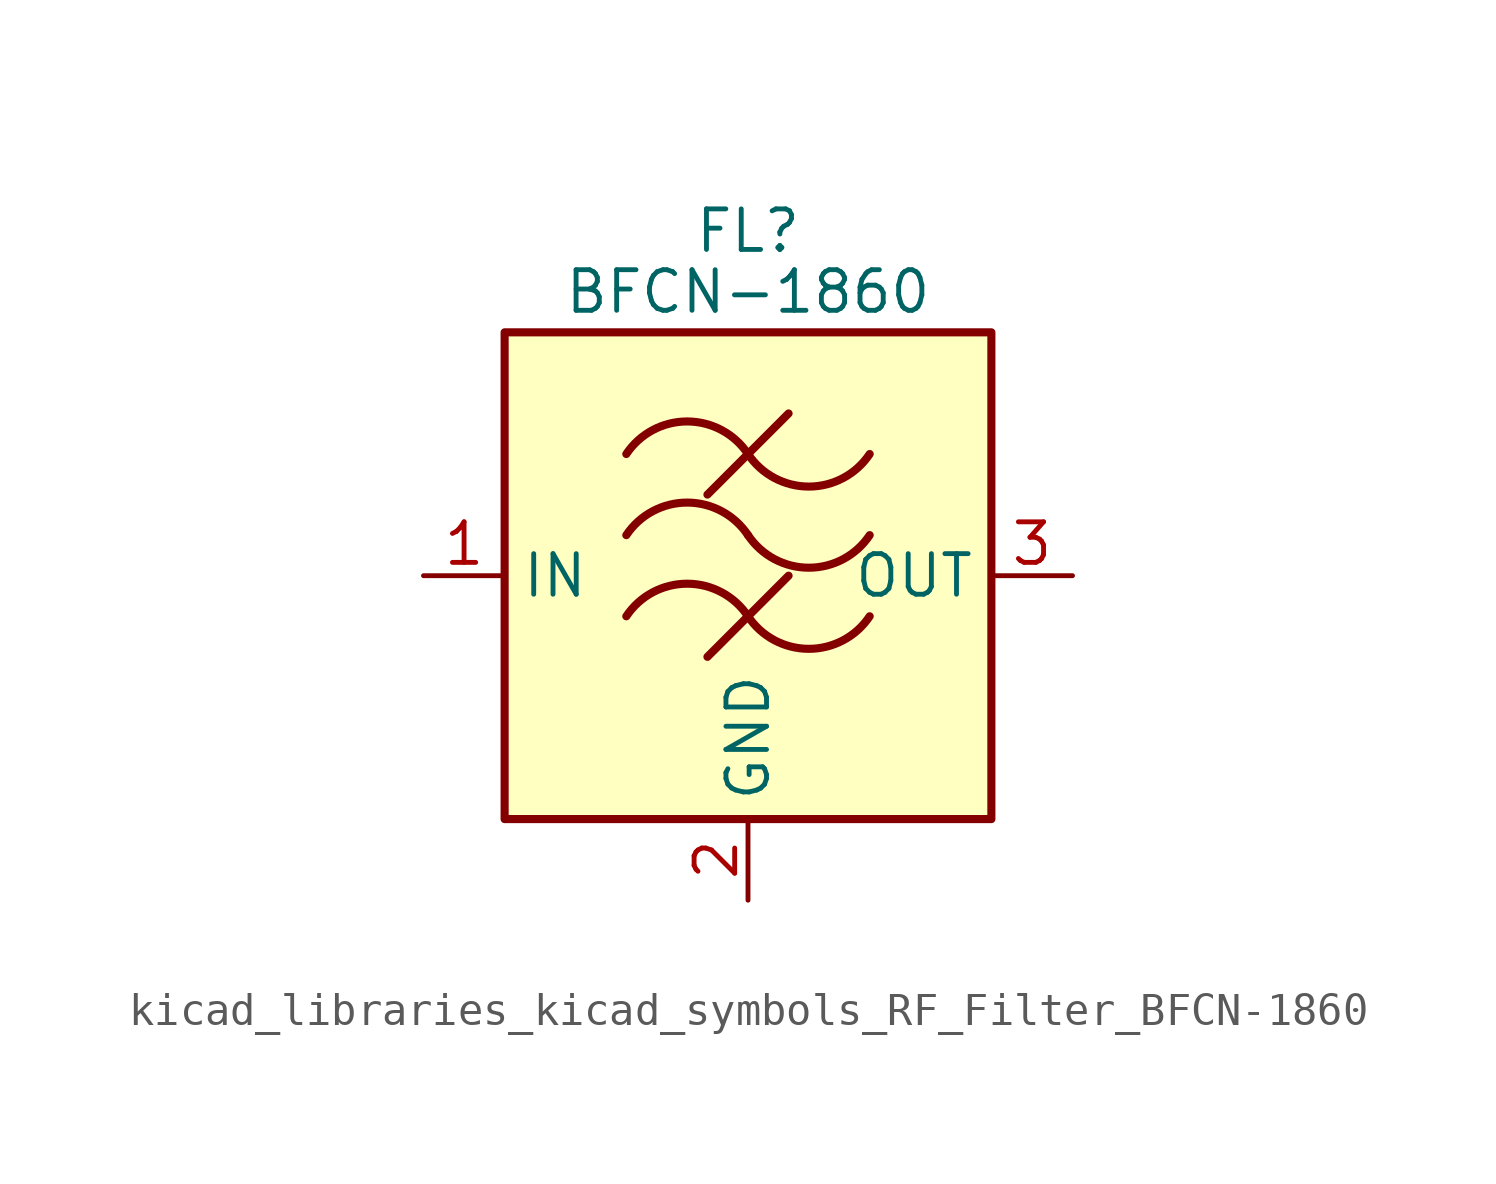
<source format=kicad_sym>
(kicad_symbol_lib
  (version 20220914)
  (generator kicad_symbol_editor)
  (symbol "kicad_libraries_kicad_symbols_RF_Filter_BFCN-1860"
    (property "Reference" "FL"
      (at 0 10.795 0)
      (effects (font (size 1.27 1.27))))
    (property "Value" "BFCN-1860"
      (at 0 8.89 0)
      (effects (font (size 1.27 1.27))))
    (symbol "kicad_libraries_kicad_symbols_RF_Filter_BFCN-1860_0_1"
      (rectangle (start -7.62 7.62) (end 7.62 -7.62) (stroke (width 0.254) (type default)) (fill (type background)))
      (arc (start 0 -1.27) (mid -1.905 -0.2505) (end -3.81 -1.27) (stroke (width 0.254) (type default)) (fill (type none)))
      (arc (start 0 -1.27) (mid 1.905 -2.2895) (end 3.81 -1.27) (stroke (width 0.254) (type default)) (fill (type none)))
      (polyline (pts (xy -1.27 -2.54) (xy 1.27 0)) (stroke (width 0.254) (type default)) (fill (type none)))
      (polyline (pts (xy -1.27 2.54) (xy 1.27 5.08)) (stroke (width 0.254) (type default)) (fill (type none)))
      (arc (start 0 1.27) (mid -1.905 2.2895) (end -3.81 1.27) (stroke (width 0.254) (type default)) (fill (type none)))
      (arc (start 0 1.27) (mid 1.905 0.2505) (end 3.81 1.27) (stroke (width 0.254) (type default)) (fill (type none)))
      (arc (start 0 3.81) (mid -1.905 4.8295) (end -3.81 3.81) (stroke (width 0.254) (type default)) (fill (type none)))
      (arc (start 0 3.81) (mid 1.905 2.7905) (end 3.81 3.81) (stroke (width 0.254) (type default)) (fill (type none))))
    (symbol "kicad_libraries_kicad_symbols_RF_Filter_BFCN-1860_1_1"
      (pin passive line (at -10.16 0 0) (length 2.54) (name "IN" (effects (font (size 1.27 1.27)))) (number "1" (effects (font (size 1.27 1.27)))))
      (pin passive line (at 0 -10.16 90) (length 2.54) (name "GND" (effects (font (size 1.27 1.27)))) (number "2" (effects (font (size 1.27 1.27)))))
      (pin passive line (at 10.16 0 180) (length 2.54) (name "OUT" (effects (font (size 1.27 1.27)))) (number "3" (effects (font (size 1.27 1.27)))))
      (pin passive line (at 0 -10.16 90) (length 2.54) hide (name "GND" (effects (font (size 1.27 1.27)))) (number "4" (effects (font (size 1.27 1.27))))))))
</source>
